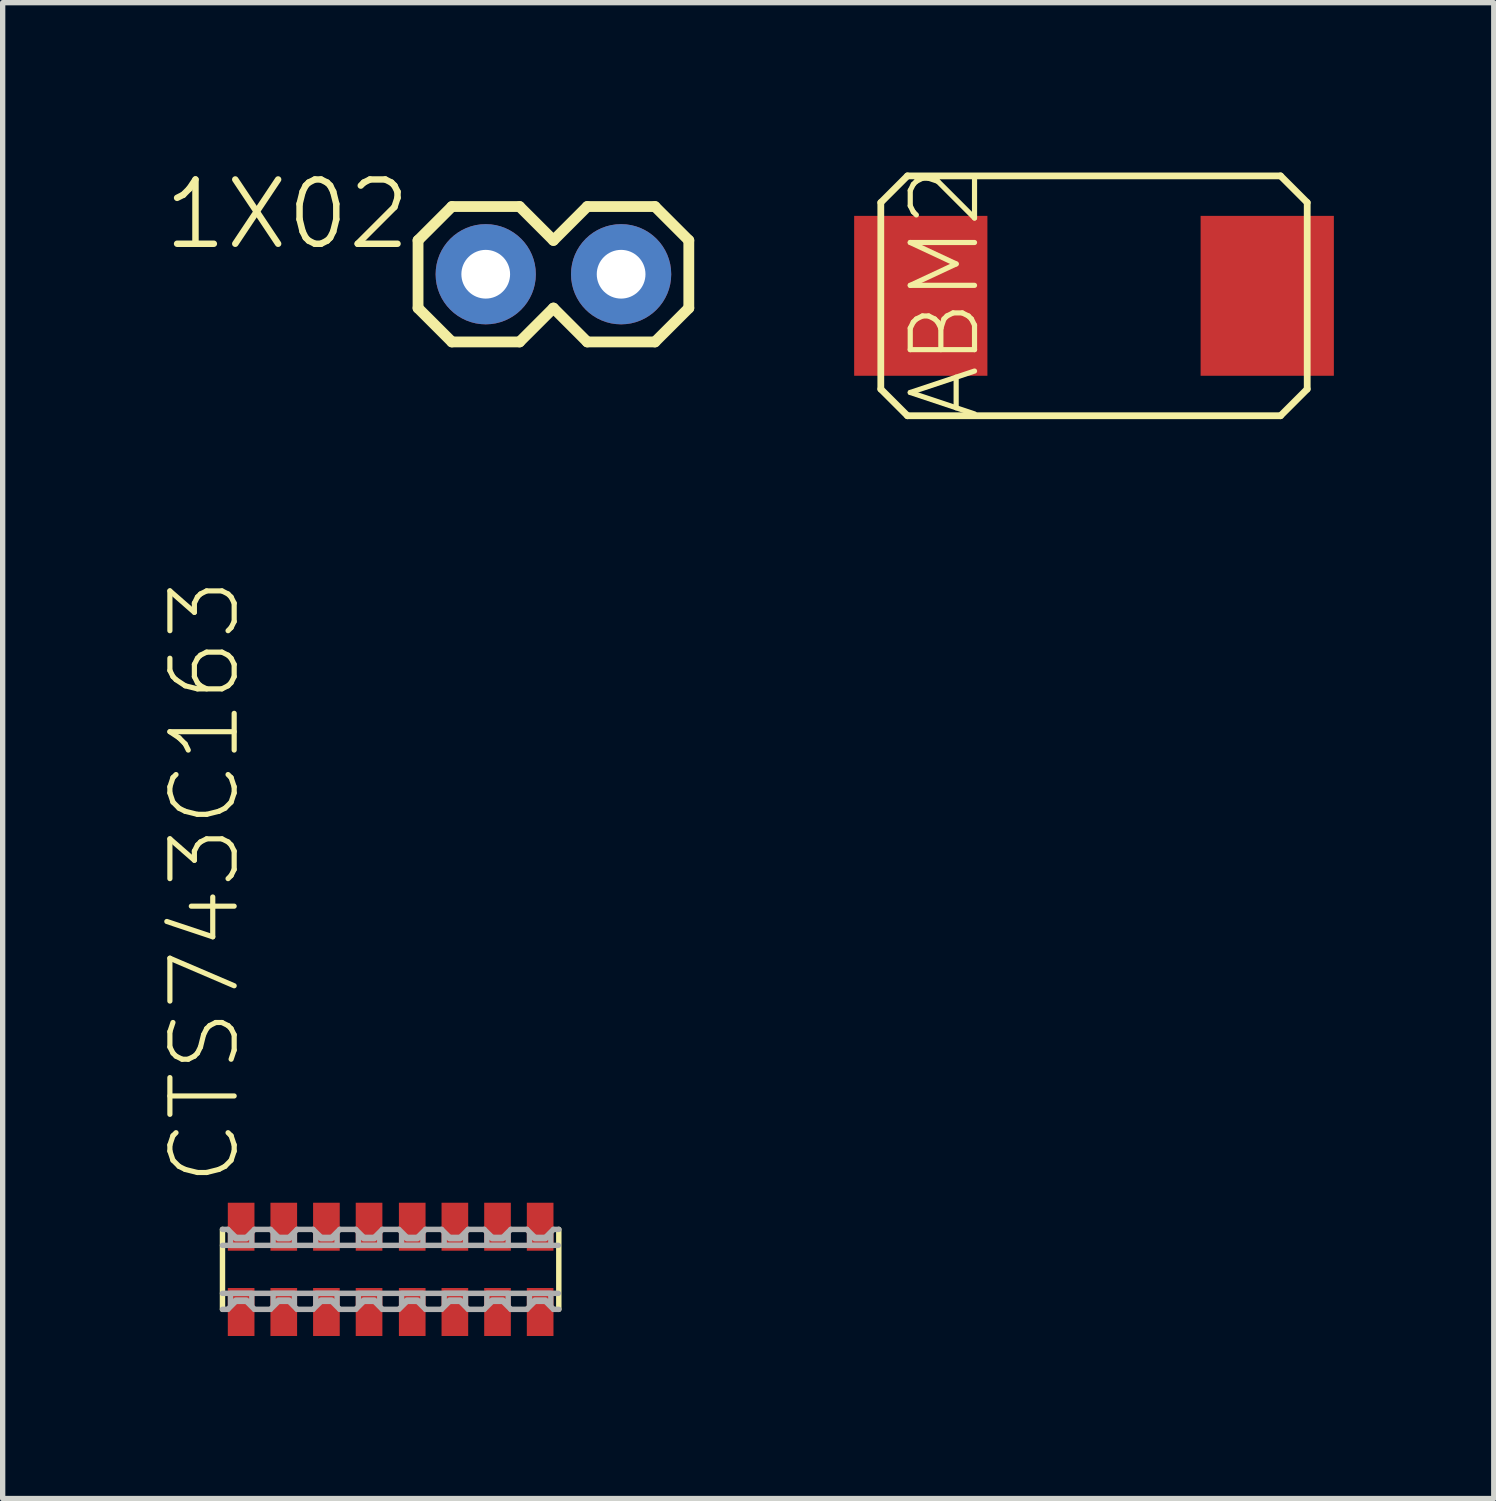
<source format=kicad_pcb>
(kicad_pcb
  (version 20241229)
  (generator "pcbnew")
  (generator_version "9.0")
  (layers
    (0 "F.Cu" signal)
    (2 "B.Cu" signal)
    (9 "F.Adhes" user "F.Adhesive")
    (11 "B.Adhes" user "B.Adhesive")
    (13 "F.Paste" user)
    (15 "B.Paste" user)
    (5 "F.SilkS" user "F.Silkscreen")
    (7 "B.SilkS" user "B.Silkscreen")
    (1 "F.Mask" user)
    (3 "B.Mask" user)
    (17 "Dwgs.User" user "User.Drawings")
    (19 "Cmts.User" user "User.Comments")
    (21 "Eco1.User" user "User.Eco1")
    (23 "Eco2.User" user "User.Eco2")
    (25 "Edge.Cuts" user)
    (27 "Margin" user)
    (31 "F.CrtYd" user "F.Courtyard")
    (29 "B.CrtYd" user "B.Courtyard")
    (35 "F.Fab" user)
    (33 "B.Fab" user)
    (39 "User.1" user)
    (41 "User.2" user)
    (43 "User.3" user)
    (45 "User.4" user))
  (footprint "ABM2"
    (layer "F.Cu")
    (at 17.475 2.5)
    (property "Reference" "ABM2" (at -3.5 -2.5 270) (layer "F.SilkS") (effects (font (size 1.206 1.206) (thickness 0.097)) (justify right top)))
    (attr through_hole)
    (fp_line (start -4 -1.75) (end -3.5 -2.25) (stroke (width 0.127) (type solid)) (layer "F.SilkS"))
    (fp_line (start -4 1.75) (end -4 -1.75) (stroke (width 0.127) (type solid)) (layer "F.SilkS"))
    (fp_line (start -3.5 -2.25) (end 3.5 -2.25) (stroke (width 0.127) (type solid)) (layer "F.SilkS"))
    (fp_line (start -3.5 2.25) (end -4 1.75) (stroke (width 0.127) (type solid)) (layer "F.SilkS"))
    (fp_line (start 3.5 -2.25) (end 4 -1.75) (stroke (width 0.127) (type solid)) (layer "F.SilkS"))
    (fp_line (start 3.5 2.25) (end -3.5 2.25) (stroke (width 0.127) (type solid)) (layer "F.SilkS"))
    (fp_line (start 4 -1.75) (end 4 1.75) (stroke (width 0.127) (type solid)) (layer "F.SilkS"))
    (fp_line (start 4 1.75) (end 3.5 2.25) (stroke (width 0.127) (type solid)) (layer "F.SilkS"))
    (pad "P$1" smd rect (at -3.25 0 180) (size 2.5 3) (layers "F.Cu" "F.Mask" "F.Paste"))
    (pad "P$2" smd rect (at 3.25 0 180) (size 2.5 3) (layers "F.Cu" "F.Mask" "F.Paste")))
  (footprint "CTS743C163"
    (layer "F.Cu")
    (at 4.274 20.765)
    (property "Reference" "CTS743C163" (at -2.778 -1.524 90) (layer "F.SilkS") (effects (font (size 1.206 1.206) (thickness 0.097)) (justify left bottom)))
    (attr through_hole)
    (fp_poly (pts (xy -2.5 -1.3) (xy -3.1 -1.3) (xy -3.1 -0.3) (xy -2.5 -0.3)) (stroke (width 0) (type solid)) (fill yes) (layer "F.Mask"))
    (fp_poly (pts (xy -2.5 0.3) (xy -3.1 0.3) (xy -3.1 1.3) (xy -2.5 1.3)) (stroke (width 0) (type solid)) (fill yes) (layer "F.Mask"))
    (fp_poly (pts (xy -1.7 -1.3) (xy -2.3 -1.3) (xy -2.3 -0.3) (xy -1.7 -0.3)) (stroke (width 0) (type solid)) (fill yes) (layer "F.Mask"))
    (fp_poly (pts (xy -1.7 0.3) (xy -2.3 0.3) (xy -2.3 1.3) (xy -1.7 1.3)) (stroke (width 0) (type solid)) (fill yes) (layer "F.Mask"))
    (fp_poly (pts (xy -1.5 1.3) (xy -0.9 1.3) (xy -0.9 0.3) (xy -1.5 0.3)) (stroke (width 0) (type solid)) (fill yes) (layer "F.Mask"))
    (fp_poly (pts (xy -0.9 -1.3) (xy -1.5 -1.3) (xy -1.5 -0.3) (xy -0.9 -0.3)) (stroke (width 0) (type solid)) (fill yes) (layer "F.Mask"))
    (fp_poly (pts (xy -0.7 1.3) (xy -0.1 1.3) (xy -0.1 0.3) (xy -0.7 0.3)) (stroke (width 0) (type solid)) (fill yes) (layer "F.Mask"))
    (fp_poly (pts (xy -0.1 -1.3) (xy -0.7 -1.3) (xy -0.7 -0.3) (xy -0.1 -0.3)) (stroke (width 0) (type solid)) (fill yes) (layer "F.Mask"))
    (fp_poly (pts (xy 0.1 1.3) (xy 0.7 1.3) (xy 0.7 0.3) (xy 0.1 0.3)) (stroke (width 0) (type solid)) (fill yes) (layer "F.Mask"))
    (fp_poly (pts (xy 0.7 -1.3) (xy 0.1 -1.3) (xy 0.1 -0.3) (xy 0.7 -0.3)) (stroke (width 0) (type solid)) (fill yes) (layer "F.Mask"))
    (fp_poly (pts (xy 0.9 1.3) (xy 1.5 1.3) (xy 1.5 0.3) (xy 0.9 0.3)) (stroke (width 0) (type solid)) (fill yes) (layer "F.Mask"))
    (fp_poly (pts (xy 1.5 -1.3) (xy 0.9 -1.3) (xy 0.9 -0.3) (xy 1.5 -0.3)) (stroke (width 0) (type solid)) (fill yes) (layer "F.Mask"))
    (fp_poly (pts (xy 2.3 -1.3) (xy 1.7 -1.3) (xy 1.7 -0.3) (xy 2.3 -0.3)) (stroke (width 0) (type solid)) (fill yes) (layer "F.Mask"))
    (fp_poly (pts (xy 2.3 0.3) (xy 1.7 0.3) (xy 1.7 1.3) (xy 2.3 1.3)) (stroke (width 0) (type solid)) (fill yes) (layer "F.Mask"))
    (fp_poly (pts (xy 3.1 -1.3) (xy 2.5 -1.3) (xy 2.5 -0.3) (xy 3.1 -0.3)) (stroke (width 0) (type solid)) (fill yes) (layer "F.Mask"))
    (fp_poly (pts (xy 3.1 0.3) (xy 2.5 0.3) (xy 2.5 1.3) (xy 3.1 1.3)) (stroke (width 0) (type solid)) (fill yes) (layer "F.Mask"))
    (fp_line (start -3.15 0.75) (end -3.15 -0.75) (stroke (width 0.102) (type solid)) (layer "F.SilkS"))
    (fp_line (start 3.16 -0.75) (end 3.16 0.75) (stroke (width 0.102) (type solid)) (layer "F.SilkS"))
    (fp_line (start -3.15 -0.75) (end -3.05 -0.75) (stroke (width 0.102) (type solid)) (layer "F.Fab"))
    (fp_line (start -3.15 -0.45) (end 3.15 -0.45) (stroke (width 0.102) (type solid)) (layer "F.Fab"))
    (fp_line (start -3.05 -0.75) (end -2.9 -0.6) (stroke (width 0.102) (type solid)) (layer "F.Fab"))
    (fp_line (start -3.05 0.75) (end -3.15 0.75) (stroke (width 0.102) (type solid)) (layer "F.Fab"))
    (fp_line (start -2.9 -0.6) (end -2.7 -0.6) (stroke (width 0.102) (type solid)) (layer "F.Fab"))
    (fp_line (start -2.9 0.6) (end -3.05 0.75) (stroke (width 0.102) (type solid)) (layer "F.Fab"))
    (fp_line (start -2.7 -0.6) (end -2.55 -0.75) (stroke (width 0.102) (type solid)) (layer "F.Fab"))
    (fp_line (start -2.7 0.6) (end -2.9 0.6) (stroke (width 0.102) (type solid)) (layer "F.Fab"))
    (fp_line (start -2.55 -0.75) (end -2.25 -0.75) (stroke (width 0.102) (type solid)) (layer "F.Fab"))
    (fp_line (start -2.55 0.75) (end -2.7 0.6) (stroke (width 0.102) (type solid)) (layer "F.Fab"))
    (fp_line (start -2.25 -0.75) (end -2.1 -0.6) (stroke (width 0.102) (type solid)) (layer "F.Fab"))
    (fp_line (start -2.25 0.75) (end -2.55 0.75) (stroke (width 0.102) (type solid)) (layer "F.Fab"))
    (fp_line (start -2.1 -0.6) (end -1.9 -0.6) (stroke (width 0.102) (type solid)) (layer "F.Fab"))
    (fp_line (start -2.1 0.6) (end -2.25 0.75) (stroke (width 0.102) (type solid)) (layer "F.Fab"))
    (fp_line (start -1.9 -0.6) (end -1.75 -0.75) (stroke (width 0.102) (type solid)) (layer "F.Fab"))
    (fp_line (start -1.9 0.6) (end -2.1 0.6) (stroke (width 0.102) (type solid)) (layer "F.Fab"))
    (fp_line (start -1.75 -0.75) (end -1.45 -0.75) (stroke (width 0.102) (type solid)) (layer "F.Fab"))
    (fp_line (start -1.75 0.75) (end -1.9 0.6) (stroke (width 0.102) (type solid)) (layer "F.Fab"))
    (fp_line (start -1.45 -0.75) (end -1.3 -0.6) (stroke (width 0.102) (type solid)) (layer "F.Fab"))
    (fp_line (start -1.45 0.75) (end -1.75 0.75) (stroke (width 0.102) (type solid)) (layer "F.Fab"))
    (fp_line (start -1.3 -0.6) (end -1.1 -0.6) (stroke (width 0.102) (type solid)) (layer "F.Fab"))
    (fp_line (start -1.3 0.6) (end -1.45 0.75) (stroke (width 0.102) (type solid)) (layer "F.Fab"))
    (fp_line (start -1.1 -0.6) (end -0.95 -0.75) (stroke (width 0.102) (type solid)) (layer "F.Fab"))
    (fp_line (start -1.1 0.6) (end -1.3 0.6) (stroke (width 0.102) (type solid)) (layer "F.Fab"))
    (fp_line (start -0.95 -0.75) (end -0.65 -0.75) (stroke (width 0.102) (type solid)) (layer "F.Fab"))
    (fp_line (start -0.95 0.75) (end -1.1 0.6) (stroke (width 0.102) (type solid)) (layer "F.Fab"))
    (fp_line (start -0.65 -0.75) (end -0.5 -0.6) (stroke (width 0.102) (type solid)) (layer "F.Fab"))
    (fp_line (start -0.65 0.75) (end -0.95 0.75) (stroke (width 0.102) (type solid)) (layer "F.Fab"))
    (fp_line (start -0.5 -0.6) (end -0.3 -0.6) (stroke (width 0.102) (type solid)) (layer "F.Fab"))
    (fp_line (start -0.5 0.6) (end -0.65 0.75) (stroke (width 0.102) (type solid)) (layer "F.Fab"))
    (fp_line (start -0.3 -0.6) (end -0.15 -0.75) (stroke (width 0.102) (type solid)) (layer "F.Fab"))
    (fp_line (start -0.3 0.6) (end -0.5 0.6) (stroke (width 0.102) (type solid)) (layer "F.Fab"))
    (fp_line (start -0.15 -0.75) (end 0.15 -0.75) (stroke (width 0.102) (type solid)) (layer "F.Fab"))
    (fp_line (start -0.15 0.75) (end -0.3 0.6) (stroke (width 0.102) (type solid)) (layer "F.Fab"))
    (fp_line (start 0.15 0.75) (end -0.15 0.75) (stroke (width 0.102) (type solid)) (layer "F.Fab"))
    (fp_line (start 0.16 -0.75) (end 0.31 -0.6) (stroke (width 0.102) (type solid)) (layer "F.Fab"))
    (fp_line (start 0.31 -0.6) (end 0.51 -0.6) (stroke (width 0.102) (type solid)) (layer "F.Fab"))
    (fp_line (start 0.31 0.6) (end 0.16 0.75) (stroke (width 0.102) (type solid)) (layer "F.Fab"))
    (fp_line (start 0.51 -0.6) (end 0.66 -0.75) (stroke (width 0.102) (type solid)) (layer "F.Fab"))
    (fp_line (start 0.51 0.6) (end 0.31 0.6) (stroke (width 0.102) (type solid)) (layer "F.Fab"))
    (fp_line (start 0.66 -0.75) (end 0.96 -0.75) (stroke (width 0.102) (type solid)) (layer "F.Fab"))
    (fp_line (start 0.66 0.75) (end 0.51 0.6) (stroke (width 0.102) (type solid)) (layer "F.Fab"))
    (fp_line (start 0.96 -0.75) (end 1.11 -0.6) (stroke (width 0.102) (type solid)) (layer "F.Fab"))
    (fp_line (start 0.96 0.75) (end 0.66 0.75) (stroke (width 0.102) (type solid)) (layer "F.Fab"))
    (fp_line (start 1.11 -0.6) (end 1.31 -0.6) (stroke (width 0.102) (type solid)) (layer "F.Fab"))
    (fp_line (start 1.11 0.6) (end 0.96 0.75) (stroke (width 0.102) (type solid)) (layer "F.Fab"))
    (fp_line (start 1.31 -0.6) (end 1.46 -0.75) (stroke (width 0.102) (type solid)) (layer "F.Fab"))
    (fp_line (start 1.31 0.6) (end 1.11 0.6) (stroke (width 0.102) (type solid)) (layer "F.Fab"))
    (fp_line (start 1.46 -0.75) (end 1.76 -0.75) (stroke (width 0.102) (type solid)) (layer "F.Fab"))
    (fp_line (start 1.46 0.75) (end 1.31 0.6) (stroke (width 0.102) (type solid)) (layer "F.Fab"))
    (fp_line (start 1.76 -0.75) (end 1.91 -0.6) (stroke (width 0.102) (type solid)) (layer "F.Fab"))
    (fp_line (start 1.76 0.75) (end 1.46 0.75) (stroke (width 0.102) (type solid)) (layer "F.Fab"))
    (fp_line (start 1.91 -0.6) (end 2.11 -0.6) (stroke (width 0.102) (type solid)) (layer "F.Fab"))
    (fp_line (start 1.91 0.6) (end 1.76 0.75) (stroke (width 0.102) (type solid)) (layer "F.Fab"))
    (fp_line (start 2.11 -0.6) (end 2.26 -0.75) (stroke (width 0.102) (type solid)) (layer "F.Fab"))
    (fp_line (start 2.11 0.6) (end 1.91 0.6) (stroke (width 0.102) (type solid)) (layer "F.Fab"))
    (fp_line (start 2.26 -0.75) (end 2.56 -0.75) (stroke (width 0.102) (type solid)) (layer "F.Fab"))
    (fp_line (start 2.26 0.75) (end 2.11 0.6) (stroke (width 0.102) (type solid)) (layer "F.Fab"))
    (fp_line (start 2.56 -0.75) (end 2.71 -0.6) (stroke (width 0.102) (type solid)) (layer "F.Fab"))
    (fp_line (start 2.56 0.75) (end 2.26 0.75) (stroke (width 0.102) (type solid)) (layer "F.Fab"))
    (fp_line (start 2.71 -0.6) (end 2.91 -0.6) (stroke (width 0.102) (type solid)) (layer "F.Fab"))
    (fp_line (start 2.71 0.6) (end 2.56 0.75) (stroke (width 0.102) (type solid)) (layer "F.Fab"))
    (fp_line (start 2.91 -0.6) (end 3.06 -0.75) (stroke (width 0.102) (type solid)) (layer "F.Fab"))
    (fp_line (start 2.91 0.6) (end 2.71 0.6) (stroke (width 0.102) (type solid)) (layer "F.Fab"))
    (fp_line (start 3.06 -0.75) (end 3.16 -0.75) (stroke (width 0.102) (type solid)) (layer "F.Fab"))
    (fp_line (start 3.06 0.75) (end 2.91 0.6) (stroke (width 0.102) (type solid)) (layer "F.Fab"))
    (fp_line (start 3.15 0.45) (end -3.15 0.45) (stroke (width 0.102) (type solid)) (layer "F.Fab"))
    (fp_line (start 3.16 0.75) (end 3.06 0.75) (stroke (width 0.102) (type solid)) (layer "F.Fab"))
    (fp_poly (pts (xy -3 0.675) (xy -3 0.45) (xy -2.6 0.45) (xy -2.6 0.675) (xy -2.7 0.575) (xy -2.9 0.575)) (stroke (width 0.1) (type solid)) (fill no) (layer "F.Fab"))
    (fp_poly (pts (xy -2.6 -0.675) (xy -2.6 -0.45) (xy -3 -0.45) (xy -3 -0.675) (xy -2.9 -0.575) (xy -2.7 -0.575)) (stroke (width 0.1) (type solid)) (fill no) (layer "F.Fab"))
    (fp_poly (pts (xy -2.2 0.675) (xy -2.2 0.45) (xy -1.8 0.45) (xy -1.8 0.675) (xy -1.9 0.575) (xy -2.1 0.575)) (stroke (width 0.1) (type solid)) (fill no) (layer "F.Fab"))
    (fp_poly (pts (xy -1.8 -0.675) (xy -1.8 -0.45) (xy -2.2 -0.45) (xy -2.2 -0.675) (xy -2.1 -0.575) (xy -1.9 -0.575)) (stroke (width 0.1) (type solid)) (fill no) (layer "F.Fab"))
    (fp_poly (pts (xy -1.4 0.675) (xy -1.4 0.45) (xy -1 0.45) (xy -1 0.675) (xy -1.1 0.575) (xy -1.3 0.575)) (stroke (width 0.1) (type solid)) (fill no) (layer "F.Fab"))
    (fp_poly (pts (xy -1 -0.675) (xy -1 -0.45) (xy -1.4 -0.45) (xy -1.4 -0.675) (xy -1.3 -0.575) (xy -1.1 -0.575)) (stroke (width 0.1) (type solid)) (fill no) (layer "F.Fab"))
    (fp_poly (pts (xy -0.6 0.675) (xy -0.6 0.45) (xy -0.2 0.45) (xy -0.2 0.675) (xy -0.3 0.575) (xy -0.5 0.575)) (stroke (width 0.1) (type solid)) (fill no) (layer "F.Fab"))
    (fp_poly (pts (xy -0.2 -0.675) (xy -0.2 -0.45) (xy -0.6 -0.45) (xy -0.6 -0.675) (xy -0.5 -0.575) (xy -0.3 -0.575)) (stroke (width 0.1) (type solid)) (fill no) (layer "F.Fab"))
    (fp_poly (pts (xy 0.21 0.675) (xy 0.21 0.45) (xy 0.61 0.45) (xy 0.61 0.675) (xy 0.51 0.575) (xy 0.31 0.575)) (stroke (width 0.1) (type solid)) (fill no) (layer "F.Fab"))
    (fp_poly (pts (xy 0.61 -0.675) (xy 0.61 -0.45) (xy 0.21 -0.45) (xy 0.21 -0.675) (xy 0.31 -0.575) (xy 0.51 -0.575)) (stroke (width 0.1) (type solid)) (fill no) (layer "F.Fab"))
    (fp_poly (pts (xy 1.01 0.675) (xy 1.01 0.45) (xy 1.41 0.45) (xy 1.41 0.675) (xy 1.31 0.575) (xy 1.11 0.575)) (stroke (width 0.1) (type solid)) (fill no) (layer "F.Fab"))
    (fp_poly (pts (xy 1.41 -0.675) (xy 1.41 -0.45) (xy 1.01 -0.45) (xy 1.01 -0.675) (xy 1.11 -0.575) (xy 1.31 -0.575)) (stroke (width 0.1) (type solid)) (fill no) (layer "F.Fab"))
    (fp_poly (pts (xy 1.81 0.675) (xy 1.81 0.45) (xy 2.21 0.45) (xy 2.21 0.675) (xy 2.11 0.575) (xy 1.91 0.575)) (stroke (width 0.1) (type solid)) (fill no) (layer "F.Fab"))
    (fp_poly (pts (xy 2.21 -0.675) (xy 2.21 -0.45) (xy 1.81 -0.45) (xy 1.81 -0.675) (xy 1.91 -0.575) (xy 2.11 -0.575)) (stroke (width 0.1) (type solid)) (fill no) (layer "F.Fab"))
    (fp_poly (pts (xy 2.61 0.675) (xy 2.61 0.45) (xy 3.01 0.45) (xy 3.01 0.675) (xy 2.91 0.575) (xy 2.71 0.575)) (stroke (width 0.1) (type solid)) (fill no) (layer "F.Fab"))
    (fp_poly (pts (xy 3.01 -0.675) (xy 3.01 -0.45) (xy 2.61 -0.45) (xy 2.61 -0.675) (xy 2.71 -0.575) (xy 2.91 -0.575)) (stroke (width 0.1) (type solid)) (fill no) (layer "F.Fab"))
    (pad "1" smd rect (at -2.8 0.8) (size 0.5 0.9) (layers "F.Cu" "F.Mask" "F.Paste"))
    (pad "2" smd rect (at -2 0.8) (size 0.5 0.9) (layers "F.Cu" "F.Mask" "F.Paste"))
    (pad "3" smd rect (at -1.2 0.8) (size 0.5 0.9) (layers "F.Cu" "F.Mask" "F.Paste"))
    (pad "4" smd rect (at -0.4 0.8) (size 0.5 0.9) (layers "F.Cu" "F.Mask" "F.Paste"))
    (pad "5" smd rect (at 0.41 0.8) (size 0.5 0.9) (layers "F.Cu" "F.Mask" "F.Paste"))
    (pad "6" smd rect (at 1.21 0.8) (size 0.5 0.9) (layers "F.Cu" "F.Mask" "F.Paste"))
    (pad "7" smd rect (at 2.01 0.8) (size 0.5 0.9) (layers "F.Cu" "F.Mask" "F.Paste"))
    (pad "8" smd rect (at 2.81 0.8) (size 0.5 0.9) (layers "F.Cu" "F.Mask" "F.Paste"))
    (pad "9" smd rect (at 2.81 -0.8) (size 0.5 0.9) (layers "F.Cu" "F.Mask" "F.Paste"))
    (pad "10" smd rect (at 2.01 -0.8) (size 0.5 0.9) (layers "F.Cu" "F.Mask" "F.Paste"))
    (pad "11" smd rect (at 1.21 -0.8) (size 0.5 0.9) (layers "F.Cu" "F.Mask" "F.Paste"))
    (pad "12" smd rect (at 0.41 -0.8) (size 0.5 0.9) (layers "F.Cu" "F.Mask" "F.Paste"))
    (pad "13" smd rect (at -0.4 -0.8) (size 0.5 0.9) (layers "F.Cu" "F.Mask" "F.Paste"))
    (pad "14" smd rect (at -1.2 -0.8) (size 0.5 0.9) (layers "F.Cu" "F.Mask" "F.Paste"))
    (pad "15" smd rect (at -2 -0.8) (size 0.5 0.9) (layers "F.Cu" "F.Mask" "F.Paste"))
    (pad "16" smd rect (at -2.8 -0.8) (size 0.5 0.9) (layers "F.Cu" "F.Mask" "F.Paste")))
  (footprint "1X02"
    (layer "F.Cu")
    (at 6.063 2.095)
    (property "Reference" "1X02" (at -1.346 -1.829 180) (layer "F.SilkS") (effects (font (size 1.206 1.206) (thickness 0.121)) (justify right top)))
    (attr through_hole)
    (fp_line (start -1.27 -0.635) (end -1.27 0.635) (stroke (width 0.203) (type solid)) (layer "F.SilkS"))
    (fp_line (start -1.27 0.635) (end -0.635 1.27) (stroke (width 0.203) (type solid)) (layer "F.SilkS"))
    (fp_line (start -0.635 -1.27) (end -1.27 -0.635) (stroke (width 0.203) (type solid)) (layer "F.SilkS"))
    (fp_line (start -0.635 -1.27) (end 0.635 -1.27) (stroke (width 0.203) (type solid)) (layer "F.SilkS"))
    (fp_line (start 0.635 -1.27) (end 1.27 -0.635) (stroke (width 0.203) (type solid)) (layer "F.SilkS"))
    (fp_line (start 0.635 1.27) (end -0.635 1.27) (stroke (width 0.203) (type solid)) (layer "F.SilkS"))
    (fp_line (start 1.27 -0.635) (end 1.905 -1.27) (stroke (width 0.203) (type solid)) (layer "F.SilkS"))
    (fp_line (start 1.27 0.635) (end 0.635 1.27) (stroke (width 0.203) (type solid)) (layer "F.SilkS"))
    (fp_line (start 1.905 -1.27) (end 3.175 -1.27) (stroke (width 0.203) (type solid)) (layer "F.SilkS"))
    (fp_line (start 1.905 1.27) (end 1.27 0.635) (stroke (width 0.203) (type solid)) (layer "F.SilkS"))
    (fp_line (start 3.175 -1.27) (end 3.81 -0.635) (stroke (width 0.203) (type solid)) (layer "F.SilkS"))
    (fp_line (start 3.175 1.27) (end 1.905 1.27) (stroke (width 0.203) (type solid)) (layer "F.SilkS"))
    (fp_line (start 3.81 -0.635) (end 3.81 0.635) (stroke (width 0.203) (type solid)) (layer "F.SilkS"))
    (fp_line (start 3.81 0.635) (end 3.175 1.27) (stroke (width 0.203) (type solid)) (layer "F.SilkS"))
    (fp_poly (pts (xy -0.254 0.254) (xy 0.254 0.254) (xy 0.254 -0.254) (xy -0.254 -0.254)) (stroke (width 0.1) (type solid)) (fill no) (layer "F.Fab"))
    (fp_poly (pts (xy 2.286 0.254) (xy 2.794 0.254) (xy 2.794 -0.254) (xy 2.286 -0.254)) (stroke (width 0.1) (type solid)) (fill no) (layer "F.Fab"))
    (pad "1" thru_hole circle (at 0 0 90) (size 1.88 1.88) (drill 0.914) (layers "*.Cu" "*.Mask"))
    (pad "2" thru_hole circle (at 2.54 0 90) (size 1.88 1.88) (drill 0.914) (layers "*.Cu" "*.Mask")))
  (gr_rect
    (start -3 -3)
    (end 24.975 25.065)
    (stroke (width 0.1) (type default))
    (fill no)
    (layer "Edge.Cuts")))
</source>
